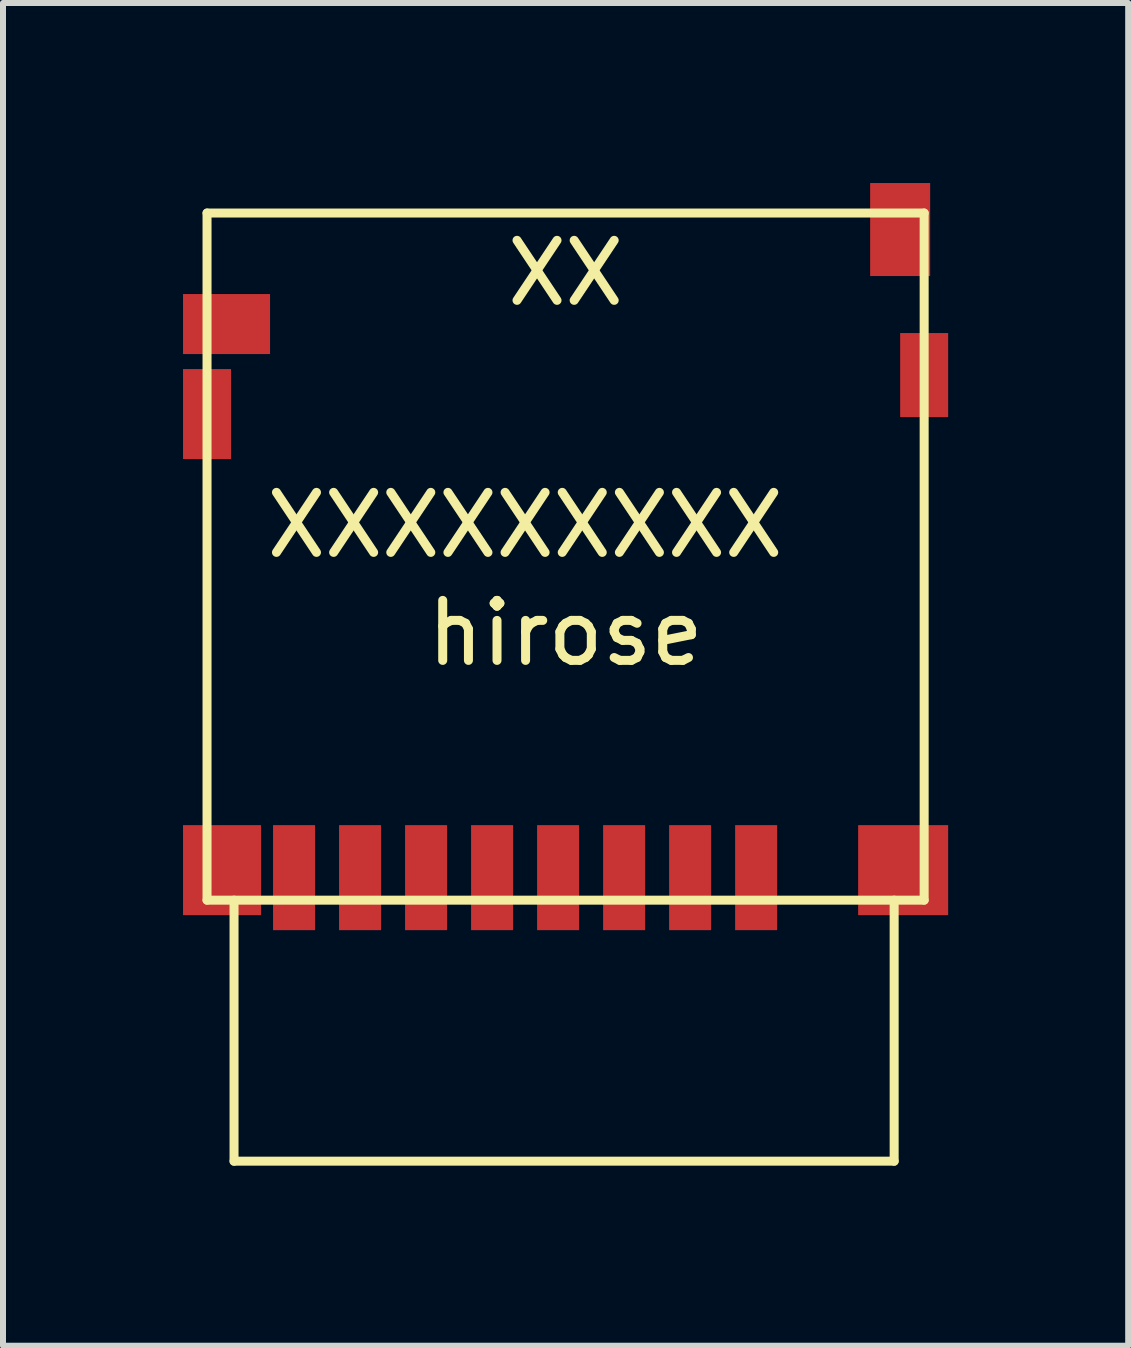
<source format=kicad_pcb>
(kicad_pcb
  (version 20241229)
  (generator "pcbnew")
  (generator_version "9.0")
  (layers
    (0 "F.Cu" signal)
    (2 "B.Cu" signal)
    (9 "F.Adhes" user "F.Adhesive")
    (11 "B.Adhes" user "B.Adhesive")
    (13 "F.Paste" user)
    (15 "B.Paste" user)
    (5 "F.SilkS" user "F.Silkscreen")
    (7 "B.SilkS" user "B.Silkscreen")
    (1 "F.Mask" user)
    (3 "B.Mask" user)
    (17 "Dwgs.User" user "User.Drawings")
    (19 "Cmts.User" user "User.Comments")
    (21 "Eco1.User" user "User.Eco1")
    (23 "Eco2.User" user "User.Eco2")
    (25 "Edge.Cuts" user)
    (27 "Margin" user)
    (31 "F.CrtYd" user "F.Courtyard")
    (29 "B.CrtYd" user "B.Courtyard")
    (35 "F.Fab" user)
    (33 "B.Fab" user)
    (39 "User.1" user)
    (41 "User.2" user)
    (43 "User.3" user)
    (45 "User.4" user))
  (footprint "hirose"
    (layer "F.Cu")
    (at 6.375 0.5)
    (property "Reference" "hirose" (at 0 7 0) (layer "F.SilkS") (effects (font (size 1 1) (thickness 0.15))))
    (attr through_hole)
    (fp_line (start -5.975 0) (end -5.975 11.45) (stroke (width 0.15) (type solid)) (layer "F.SilkS"))
    (fp_line (start -5.975 0) (end 5.975 0) (stroke (width 0.15) (type solid)) (layer "F.SilkS"))
    (fp_line (start -5.975 11.45) (end 5.975 11.45) (stroke (width 0.15) (type solid)) (layer "F.SilkS"))
    (fp_line (start -5.525 11.45) (end -5.525 15.8) (stroke (width 0.15) (type solid)) (layer "F.SilkS"))
    (fp_line (start -5.525 15.8) (end 5.475 15.8) (stroke (width 0.15) (type solid)) (layer "F.SilkS"))
    (fp_line (start 5.475 15.8) (end 5.475 11.45) (stroke (width 0.15) (type solid)) (layer "F.SilkS"))
    (fp_line (start 5.975 0) (end 5.975 11.45) (stroke (width 0.15) (type solid)) (layer "F.SilkS"))
    (fp_text user "XX" (at 0 1 0) (layer "F.SilkS") (effects (font (size 1 1) (thickness 0.15))))
    (fp_text user "XXXXXXXXX" (at -0.675 5.2 0) (layer "F.SilkS") (effects (font (size 1 1) (thickness 0.15))))
    (pad "1" smd rect (at 3.175 11.075) (size 0.7 1.75) (layers "F.Cu" "F.Mask" "F.Paste"))
    (pad "2" smd rect (at 2.075 11.075) (size 0.7 1.75) (layers "F.Cu" "F.Mask" "F.Paste"))
    (pad "3" smd rect (at 0.975 11.075) (size 0.7 1.75) (layers "F.Cu" "F.Mask" "F.Paste"))
    (pad "4" smd rect (at -0.125 11.075) (size 0.7 1.75) (layers "F.Cu" "F.Mask" "F.Paste"))
    (pad "5" smd rect (at -1.225 11.075) (size 0.7 1.75) (layers "F.Cu" "F.Mask" "F.Paste"))
    (pad "6" smd rect (at -2.325 11.075) (size 0.7 1.75) (layers "F.Cu" "F.Mask" "F.Paste"))
    (pad "7" smd rect (at -3.425 11.075) (size 0.7 1.75) (layers "F.Cu" "F.Mask" "F.Paste"))
    (pad "8" smd rect (at -4.525 11.075) (size 0.7 1.75) (layers "F.Cu" "F.Mask" "F.Paste"))
    (pad "CDA" smd rect (at 5.575 0.275) (size 1 1.55) (layers "F.Cu" "F.Mask" "F.Paste"))
    (pad "CDB" smd rect (at -5.65 1.85) (size 1.45 1) (layers "F.Cu" "F.Mask" "F.Paste"))
    (pad "SH1" smd rect (at -5.725 10.95) (size 1.3 1.5) (layers "F.Cu" "F.Mask" "F.Paste"))
    (pad "SH2" smd rect (at 5.625 10.95) (size 1.5 1.5) (layers "F.Cu" "F.Mask" "F.Paste"))
    (pad "SH3" smd rect (at -5.975 3.35) (size 0.8 1.5) (layers "F.Cu" "F.Mask" "F.Paste"))
    (pad "SH4" smd rect (at 5.975 2.7) (size 0.8 1.4) (layers "F.Cu" "F.Mask" "F.Paste")))
  (gr_rect
    (start -3 -3)
    (end 15.75 19.375)
    (stroke (width 0.1) (type default))
    (fill no)
    (layer "Edge.Cuts")))
</source>
